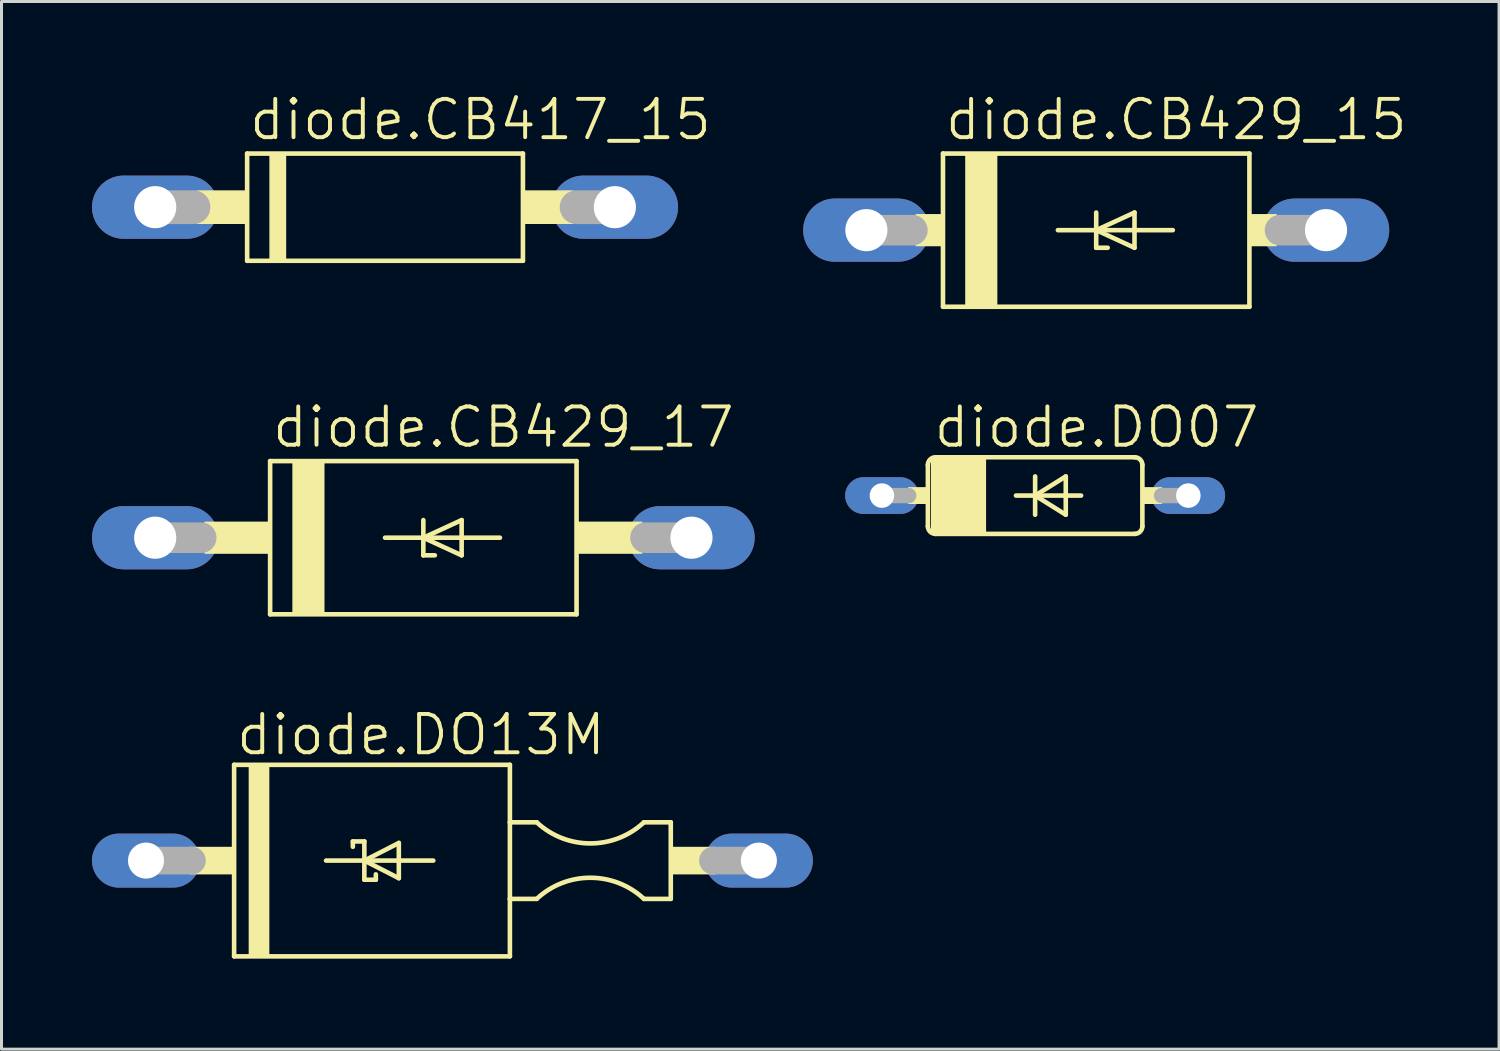
<source format=kicad_pcb>
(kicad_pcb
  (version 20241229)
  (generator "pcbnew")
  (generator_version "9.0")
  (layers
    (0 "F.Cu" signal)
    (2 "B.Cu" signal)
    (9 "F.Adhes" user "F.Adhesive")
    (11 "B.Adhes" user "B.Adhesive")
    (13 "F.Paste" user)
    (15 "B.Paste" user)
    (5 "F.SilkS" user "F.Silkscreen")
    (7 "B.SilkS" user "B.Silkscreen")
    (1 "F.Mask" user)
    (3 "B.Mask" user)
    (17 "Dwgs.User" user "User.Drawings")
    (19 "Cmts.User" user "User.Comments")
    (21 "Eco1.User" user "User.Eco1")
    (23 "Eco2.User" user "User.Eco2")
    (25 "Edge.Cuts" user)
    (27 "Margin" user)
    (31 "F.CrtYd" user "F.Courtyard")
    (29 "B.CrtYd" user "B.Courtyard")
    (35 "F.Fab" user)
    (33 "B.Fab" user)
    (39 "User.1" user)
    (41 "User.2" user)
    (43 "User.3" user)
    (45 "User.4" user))
  (footprint "diode.CB429_15"
    (layer "F.Cu")
    (at 33.295 4.581)
    (property "Reference" "diode.CB429_15" (at -5.08 -2.921 0) (layer "F.SilkS") (effects (font (size 1.27 1.27) (thickness 0.13)) (justify left bottom)))
    (attr through_hole)
    (fp_line (start -5.08 -2.54) (end 5.08 -2.54) (stroke (width 0.152) (type default)) (layer "F.SilkS"))
    (fp_line (start -5.08 2.54) (end -5.08 -2.54) (stroke (width 0.152) (type default)) (layer "F.SilkS"))
    (fp_line (start -1.27 0) (end 0 0) (stroke (width 0.152) (type default)) (layer "F.SilkS"))
    (fp_line (start 0 -0.584) (end 0 0) (stroke (width 0.152) (type default)) (layer "F.SilkS"))
    (fp_line (start 0 0) (end 0 0.584) (stroke (width 0.152) (type default)) (layer "F.SilkS"))
    (fp_line (start 0 0) (end 1.27 -0.584) (stroke (width 0.152) (type default)) (layer "F.SilkS"))
    (fp_line (start 0 0) (end 2.54 0) (stroke (width 0.152) (type default)) (layer "F.SilkS"))
    (fp_line (start 0 0.584) (end 0.381 0.584) (stroke (width 0.152) (type default)) (layer "F.SilkS"))
    (fp_line (start 1.27 -0.584) (end 1.27 0.584) (stroke (width 0.152) (type default)) (layer "F.SilkS"))
    (fp_line (start 1.27 0.584) (end 0 0) (stroke (width 0.152) (type default)) (layer "F.SilkS"))
    (fp_line (start 5.08 -2.54) (end 5.08 2.54) (stroke (width 0.152) (type default)) (layer "F.SilkS"))
    (fp_line (start 5.08 2.54) (end -5.08 2.54) (stroke (width 0.152) (type default)) (layer "F.SilkS"))
    (fp_rect (start -5.969 0.508) (end -5.08 -0.508) (stroke (width 0.05) (type default)) (fill yes) (layer "F.SilkS"))
    (fp_rect (start -4.318 2.54) (end -3.302 -2.54) (stroke (width 0.05) (type default)) (fill yes) (layer "F.SilkS"))
    (fp_rect (start 5.08 0.508) (end 5.969 -0.508) (stroke (width 0.05) (type default)) (fill yes) (layer "F.SilkS"))
    (fp_line (start -7.62 0) (end -6.096 0) (stroke (width 1.016) (type default)) (layer "F.Fab"))
    (fp_line (start 7.62 0) (end 6.096 0) (stroke (width 1.016) (type default)) (layer "F.Fab"))
    (pad "A" thru_hole oval (at 7.62 0) (size 4.191 2.095) (drill 1.397) (layers "*.Cu" "*.Mask"))
    (pad "C" thru_hole oval (at -7.62 0) (size 4.191 2.095) (drill 1.397) (layers "*.Cu" "*.Mask")))
  (footprint "diode.DO13M"
    (layer "F.Cu")
    (at 11.951 25.483)
    (property "Reference" "diode.DO13M" (at -7.239 -3.429 0) (layer "F.SilkS") (effects (font (size 1.27 1.27) (thickness 0.13)) (justify left bottom)))
    (attr through_hole)
    (fp_line (start -7.239 -3.175) (end -7.239 3.175) (stroke (width 0.152) (type default)) (layer "F.SilkS"))
    (fp_line (start -7.239 3.175) (end 1.905 3.175) (stroke (width 0.152) (type default)) (layer "F.SilkS"))
    (fp_line (start -4.191 0) (end -2.921 0) (stroke (width 0.152) (type default)) (layer "F.SilkS"))
    (fp_line (start -3.302 -0.635) (end -2.921 -0.635) (stroke (width 0.152) (type default)) (layer "F.SilkS"))
    (fp_line (start -3.302 -0.457) (end -3.302 -0.635) (stroke (width 0.152) (type default)) (layer "F.SilkS"))
    (fp_line (start -2.921 -0.635) (end -2.921 0) (stroke (width 0.152) (type default)) (layer "F.SilkS"))
    (fp_line (start -2.921 0) (end -1.778 -0.584) (stroke (width 0.152) (type default)) (layer "F.SilkS"))
    (fp_line (start -2.921 0) (end -0.635 0) (stroke (width 0.152) (type default)) (layer "F.SilkS"))
    (fp_line (start -2.921 0.635) (end -2.921 0) (stroke (width 0.152) (type default)) (layer "F.SilkS"))
    (fp_line (start -2.54 0.457) (end -2.54 0.635) (stroke (width 0.152) (type default)) (layer "F.SilkS"))
    (fp_line (start -2.54 0.635) (end -2.921 0.635) (stroke (width 0.152) (type default)) (layer "F.SilkS"))
    (fp_line (start -1.778 -0.584) (end -1.778 0.584) (stroke (width 0.152) (type default)) (layer "F.SilkS"))
    (fp_line (start -1.778 0.584) (end -2.921 0) (stroke (width 0.152) (type default)) (layer "F.SilkS"))
    (fp_line (start 1.905 -3.175) (end -7.239 -3.175) (stroke (width 0.152) (type default)) (layer "F.SilkS"))
    (fp_line (start 1.905 -1.27) (end 1.905 -3.175) (stroke (width 0.152) (type default)) (layer "F.SilkS"))
    (fp_line (start 1.905 1.27) (end 1.905 -1.27) (stroke (width 0.152) (type default)) (layer "F.SilkS"))
    (fp_line (start 1.905 1.27) (end 2.794 1.27) (stroke (width 0.152) (type default)) (layer "F.SilkS"))
    (fp_line (start 1.905 3.175) (end 1.905 1.27) (stroke (width 0.152) (type default)) (layer "F.SilkS"))
    (fp_line (start 2.794 -1.27) (end 1.905 -1.27) (stroke (width 0.152) (type default)) (layer "F.SilkS"))
    (fp_line (start 6.35 1.27) (end 7.239 1.27) (stroke (width 0.152) (type default)) (layer "F.SilkS"))
    (fp_line (start 7.239 -1.27) (end 6.35 -1.27) (stroke (width 0.152) (type default)) (layer "F.SilkS"))
    (fp_line (start 7.239 1.27) (end 7.239 -1.27) (stroke (width 0.152) (type default)) (layer "F.SilkS"))
    (fp_rect (start -8.712 0.432) (end -7.239 -0.432) (stroke (width 0.05) (type default)) (fill yes) (layer "F.SilkS"))
    (fp_rect (start -6.731 3.175) (end -6.096 -3.175) (stroke (width 0.05) (type default)) (fill yes) (layer "F.SilkS"))
    (fp_rect (start 7.239 0.432) (end 8.712 -0.432) (stroke (width 0.05) (type default)) (fill yes) (layer "F.SilkS"))
    (fp_arc (start 2.794 1.27) (mid 4.572 0.569178) (end 6.35 1.27) (stroke (width 0.1524) (type default)) (layer "F.SilkS"))
    (fp_arc (start 6.35 -1.27) (mid 4.572 -0.569178) (end 2.794 -1.27) (stroke (width 0.1524) (type default)) (layer "F.SilkS"))
    (fp_line (start -8.636 0) (end -10.16 0) (stroke (width 0.914) (type default)) (layer "F.Fab"))
    (fp_line (start 10.16 0) (end 8.636 0) (stroke (width 0.914) (type default)) (layer "F.Fab"))
    (pad "A" thru_hole oval (at 10.16 0) (size 3.581 1.791) (drill 1.194) (layers "*.Cu" "*.Mask"))
    (pad "C" thru_hole oval (at -10.16 0) (size 3.581 1.791) (drill 1.194) (layers "*.Cu" "*.Mask")))
  (footprint "diode.CB429_17"
    (layer "F.Cu")
    (at 10.986 14.778)
    (property "Reference" "diode.CB429_17" (at -5.08 -2.921 0) (layer "F.SilkS") (effects (font (size 1.27 1.27) (thickness 0.13)) (justify left bottom)))
    (attr through_hole)
    (fp_line (start -5.08 -2.54) (end 5.08 -2.54) (stroke (width 0.152) (type default)) (layer "F.SilkS"))
    (fp_line (start -5.08 2.54) (end -5.08 -2.54) (stroke (width 0.152) (type default)) (layer "F.SilkS"))
    (fp_line (start -1.27 0) (end 0 0) (stroke (width 0.152) (type default)) (layer "F.SilkS"))
    (fp_line (start 0 -0.584) (end 0 0) (stroke (width 0.152) (type default)) (layer "F.SilkS"))
    (fp_line (start 0 0) (end 0 0.584) (stroke (width 0.152) (type default)) (layer "F.SilkS"))
    (fp_line (start 0 0) (end 1.27 -0.584) (stroke (width 0.152) (type default)) (layer "F.SilkS"))
    (fp_line (start 0 0) (end 2.54 0) (stroke (width 0.152) (type default)) (layer "F.SilkS"))
    (fp_line (start 0 0.584) (end 0.381 0.584) (stroke (width 0.152) (type default)) (layer "F.SilkS"))
    (fp_line (start 1.27 -0.584) (end 1.27 0.584) (stroke (width 0.152) (type default)) (layer "F.SilkS"))
    (fp_line (start 1.27 0.584) (end 0 0) (stroke (width 0.152) (type default)) (layer "F.SilkS"))
    (fp_line (start 5.08 -2.54) (end 5.08 2.54) (stroke (width 0.152) (type default)) (layer "F.SilkS"))
    (fp_line (start 5.08 2.54) (end -5.08 2.54) (stroke (width 0.152) (type default)) (layer "F.SilkS"))
    (fp_rect (start -7.239 0.508) (end -5.08 -0.508) (stroke (width 0.05) (type default)) (fill yes) (layer "F.SilkS"))
    (fp_rect (start -4.318 2.54) (end -3.302 -2.54) (stroke (width 0.05) (type default)) (fill yes) (layer "F.SilkS"))
    (fp_rect (start 5.08 0.508) (end 7.239 -0.508) (stroke (width 0.05) (type default)) (fill yes) (layer "F.SilkS"))
    (fp_line (start -8.89 0) (end -7.366 0) (stroke (width 1.016) (type default)) (layer "F.Fab"))
    (fp_line (start 8.89 0) (end 7.366 0) (stroke (width 1.016) (type default)) (layer "F.Fab"))
    (pad "A" thru_hole oval (at 8.89 0) (size 4.191 2.095) (drill 1.397) (layers "*.Cu" "*.Mask"))
    (pad "C" thru_hole oval (at -8.89 0) (size 4.191 2.095) (drill 1.397) (layers "*.Cu" "*.Mask")))
  (footprint "diode.CB417_15"
    (layer "F.Cu")
    (at 9.716 3.819)
    (property "Reference" "diode.CB417_15" (at -4.572 -2.159 0) (layer "F.SilkS") (effects (font (size 1.27 1.27) (thickness 0.13)) (justify left bottom)))
    (attr through_hole)
    (fp_line (start -4.572 1.778) (end -4.572 -1.778) (stroke (width 0.152) (type default)) (layer "F.SilkS"))
    (fp_line (start -4.572 1.778) (end 4.572 1.778) (stroke (width 0.152) (type default)) (layer "F.SilkS"))
    (fp_line (start 4.572 -1.778) (end -4.572 -1.778) (stroke (width 0.152) (type default)) (layer "F.SilkS"))
    (fp_line (start 4.572 -1.778) (end 4.572 1.778) (stroke (width 0.152) (type default)) (layer "F.SilkS"))
    (fp_rect (start -6.223 0.533) (end -4.572 -0.533) (stroke (width 0.05) (type default)) (fill yes) (layer "F.SilkS"))
    (fp_rect (start -3.81 1.778) (end -3.302 -1.778) (stroke (width 0.05) (type default)) (fill yes) (layer "F.SilkS"))
    (fp_rect (start 4.572 0.533) (end 6.223 -0.533) (stroke (width 0.05) (type default)) (fill yes) (layer "F.SilkS"))
    (fp_line (start -7.62 0) (end -6.35 0) (stroke (width 1.118) (type default)) (layer "F.Fab"))
    (fp_line (start 7.62 0) (end 6.35 0) (stroke (width 1.118) (type default)) (layer "F.Fab"))
    (pad "A" thru_hole oval (at 7.62 0) (size 4.191 2.095) (drill 1.397) (layers "*.Cu" "*.Mask"))
    (pad "C" thru_hole oval (at -7.62 0) (size 4.191 2.095) (drill 1.397) (layers "*.Cu" "*.Mask")))
  (footprint "diode.DO07"
    (layer "F.Cu")
    (at 31.27 13.381)
    (property "Reference" "diode.DO07" (at -3.429 -1.524 0) (layer "F.SilkS") (effects (font (size 1.27 1.27) (thickness 0.13)) (justify left bottom)))
    (attr through_hole)
    (fp_line (start -3.556 -1.016) (end -3.556 1.016) (stroke (width 0.152) (type default)) (layer "F.SilkS"))
    (fp_line (start -3.302 -1.27) (end 3.302 -1.27) (stroke (width 0.152) (type default)) (layer "F.SilkS"))
    (fp_line (start -3.302 1.27) (end 3.302 1.27) (stroke (width 0.152) (type default)) (layer "F.SilkS"))
    (fp_line (start -0.635 0) (end 0 0) (stroke (width 0.152) (type default)) (layer "F.SilkS"))
    (fp_line (start 0 -0.635) (end 0 0) (stroke (width 0.152) (type default)) (layer "F.SilkS"))
    (fp_line (start 0 0) (end 0 0.635) (stroke (width 0.152) (type default)) (layer "F.SilkS"))
    (fp_line (start 0 0) (end 1.016 -0.635) (stroke (width 0.152) (type default)) (layer "F.SilkS"))
    (fp_line (start 0 0) (end 1.524 0) (stroke (width 0.152) (type default)) (layer "F.SilkS"))
    (fp_line (start 1.016 -0.635) (end 1.016 0.635) (stroke (width 0.152) (type default)) (layer "F.SilkS"))
    (fp_line (start 1.016 0.635) (end 0 0) (stroke (width 0.152) (type default)) (layer "F.SilkS"))
    (fp_line (start 3.556 1.016) (end 3.556 -1.016) (stroke (width 0.152) (type default)) (layer "F.SilkS"))
    (fp_rect (start -4.191 0.254) (end -3.556 -0.254) (stroke (width 0.05) (type default)) (fill yes) (layer "F.SilkS"))
    (fp_rect (start -3.429 1.27) (end -1.651 -1.27) (stroke (width 0.05) (type default)) (fill yes) (layer "F.SilkS"))
    (fp_rect (start 3.556 0.254) (end 4.191 -0.254) (stroke (width 0.05) (type default)) (fill yes) (layer "F.SilkS"))
    (fp_arc (start -3.556 -1.016) (mid -3.481605 -1.195605) (end -3.302 -1.27) (stroke (width 0.1524) (type default)) (layer "F.SilkS"))
    (fp_arc (start -3.302 1.27) (mid -3.481605 1.195605) (end -3.556 1.016) (stroke (width 0.1524) (type default)) (layer "F.SilkS"))
    (fp_arc (start 3.302 -1.27) (mid 3.481605 -1.195605) (end 3.556 -1.016) (stroke (width 0.1524) (type default)) (layer "F.SilkS"))
    (fp_arc (start 3.556 1.016) (mid 3.481605 1.195605) (end 3.302 1.27) (stroke (width 0.1524) (type default)) (layer "F.SilkS"))
    (fp_line (start -5.08 0) (end -4.191 0) (stroke (width 0.508) (type default)) (layer "F.Fab"))
    (fp_line (start 5.08 0) (end 4.191 0) (stroke (width 0.508) (type default)) (layer "F.Fab"))
    (pad "A" thru_hole oval (at 5.08 0) (size 2.438 1.219) (drill 0.813) (layers "*.Cu" "*.Mask"))
    (pad "C" thru_hole oval (at -5.08 0) (size 2.438 1.219) (drill 0.813) (layers "*.Cu" "*.Mask")))
  (gr_rect
    (start -3 -3)
    (end 46.652 31.735)
    (stroke (width 0.1) (type default))
    (fill no)
    (layer "Edge.Cuts")))
</source>
